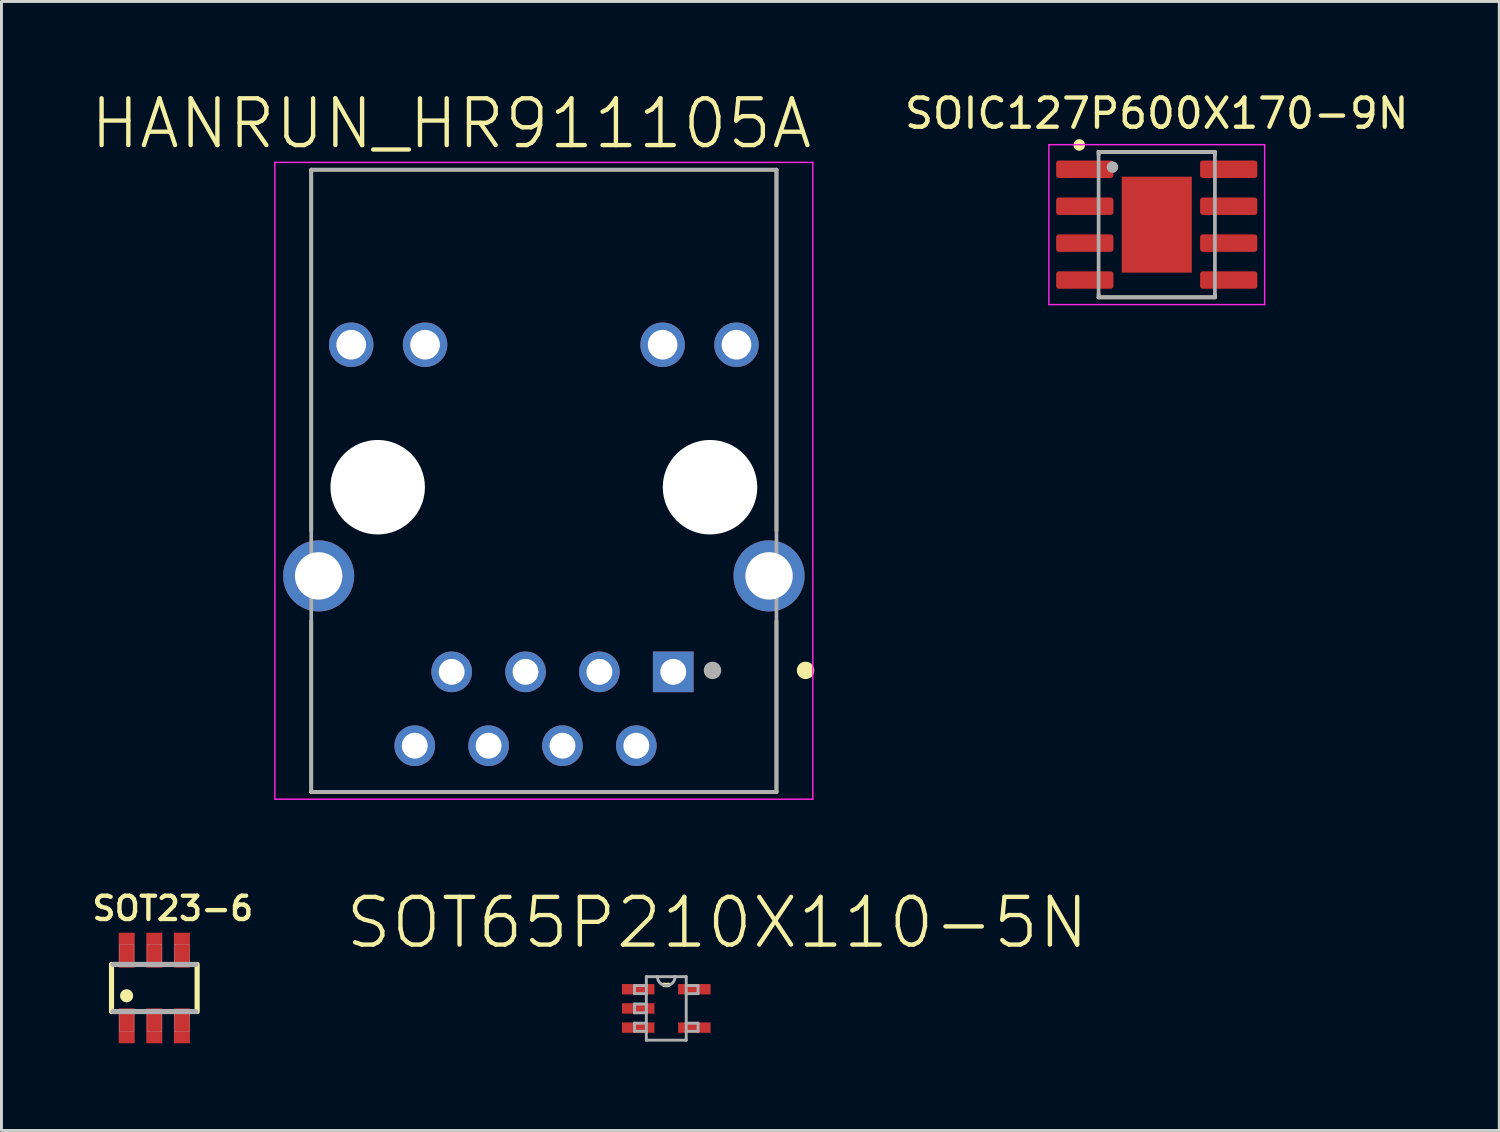
<source format=kicad_pcb>
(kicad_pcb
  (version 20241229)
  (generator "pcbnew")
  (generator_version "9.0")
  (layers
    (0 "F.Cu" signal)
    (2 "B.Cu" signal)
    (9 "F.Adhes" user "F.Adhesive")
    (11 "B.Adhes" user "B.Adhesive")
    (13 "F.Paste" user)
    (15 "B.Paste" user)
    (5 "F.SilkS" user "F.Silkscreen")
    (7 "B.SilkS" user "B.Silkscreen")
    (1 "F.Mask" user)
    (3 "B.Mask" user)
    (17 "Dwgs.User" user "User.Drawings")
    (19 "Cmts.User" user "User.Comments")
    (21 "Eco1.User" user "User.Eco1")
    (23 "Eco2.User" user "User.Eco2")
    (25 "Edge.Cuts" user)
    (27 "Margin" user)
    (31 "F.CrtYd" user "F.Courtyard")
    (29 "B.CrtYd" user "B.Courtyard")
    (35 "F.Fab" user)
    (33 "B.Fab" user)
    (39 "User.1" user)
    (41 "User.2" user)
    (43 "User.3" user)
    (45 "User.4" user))
  (footprint "HANRUN_HR911105A"
    (layer "F.Cu")
    (at 15.654 13.706)
    (property "Reference" "HANRUN_HR911105A" (at -3.188 -12.503 0) (layer "F.SilkS") (effects (font (size 1.608 1.608) (thickness 0.15))))
    (attr through_hole)
    (fp_line (start -8 -10.92) (end -8 1.5) (stroke (width 0.127) (type solid)) (layer "F.SilkS"))
    (fp_line (start -8 4.6) (end -8 10.48) (stroke (width 0.127) (type solid)) (layer "F.SilkS"))
    (fp_line (start 8 -10.92) (end -8 -10.92) (stroke (width 0.127) (type solid)) (layer "F.SilkS"))
    (fp_line (start 8 -10.92) (end 8 1.5) (stroke (width 0.127) (type solid)) (layer "F.SilkS"))
    (fp_line (start 8 4.6) (end 8 10.48) (stroke (width 0.127) (type solid)) (layer "F.SilkS"))
    (fp_line (start 8 10.48) (end -8 10.48) (stroke (width 0.127) (type solid)) (layer "F.SilkS"))
    (fp_circle (center 9 6.3) (end 9.15 6.3) (stroke (width 0.3) (type solid)) (fill no) (layer "F.SilkS"))
    (fp_line (start -9.25 -11.17) (end -9.25 10.73) (stroke (width 0.05) (type solid)) (layer "F.CrtYd"))
    (fp_line (start -9.25 10.73) (end 9.25 10.73) (stroke (width 0.05) (type solid)) (layer "F.CrtYd"))
    (fp_line (start 9.25 -11.17) (end -9.25 -11.17) (stroke (width 0.05) (type solid)) (layer "F.CrtYd"))
    (fp_line (start 9.25 10.73) (end 9.25 -11.17) (stroke (width 0.05) (type solid)) (layer "F.CrtYd"))
    (fp_line (start -8 -10.92) (end -8 10.48) (stroke (width 0.127) (type solid)) (layer "F.Fab"))
    (fp_line (start -8 10.48) (end 8 10.48) (stroke (width 0.127) (type solid)) (layer "F.Fab"))
    (fp_line (start 8 -10.92) (end -8 -10.92) (stroke (width 0.127) (type solid)) (layer "F.Fab"))
    (fp_line (start 8 10.48) (end 8 -10.92) (stroke (width 0.127) (type solid)) (layer "F.Fab"))
    (fp_circle (center 5.8 6.3) (end 5.95 6.3) (stroke (width 0.3) (type solid)) (fill no) (layer "F.Fab"))
    (pad "" np_thru_hole circle (at -5.715 0) (size 3.25 3.25) (drill 3.25) (layers "*.Cu" "*.Mask"))
    (pad "" np_thru_hole circle (at 5.715 0) (size 3.25 3.25) (drill 3.25) (layers "*.Cu" "*.Mask"))
    (pad "1" thru_hole rect (at 4.45 6.35) (size 1.398 1.398) (drill 0.89) (layers "*.Cu" "*.Mask"))
    (pad "2" thru_hole circle (at 3.18 8.89) (size 1.398 1.398) (drill 0.89) (layers "*.Cu" "*.Mask"))
    (pad "3" thru_hole circle (at 1.91 6.35) (size 1.398 1.398) (drill 0.89) (layers "*.Cu" "*.Mask"))
    (pad "4" thru_hole circle (at 0.64 8.89) (size 1.398 1.398) (drill 0.89) (layers "*.Cu" "*.Mask"))
    (pad "5" thru_hole circle (at -0.63 6.35) (size 1.398 1.398) (drill 0.89) (layers "*.Cu" "*.Mask"))
    (pad "6" thru_hole circle (at -1.9 8.89) (size 1.398 1.398) (drill 0.89) (layers "*.Cu" "*.Mask"))
    (pad "7" thru_hole circle (at -3.17 6.35) (size 1.398 1.398) (drill 0.89) (layers "*.Cu" "*.Mask"))
    (pad "8" thru_hole circle (at -4.44 8.89) (size 1.398 1.398) (drill 0.89) (layers "*.Cu" "*.Mask"))
    (pad "9" thru_hole circle (at 6.625 -4.9) (size 1.53 1.53) (drill 1.02) (layers "*.Cu" "*.Mask"))
    (pad "10" thru_hole circle (at 4.085 -4.9) (size 1.53 1.53) (drill 1.02) (layers "*.Cu" "*.Mask"))
    (pad "11" thru_hole circle (at -4.085 -4.9) (size 1.53 1.53) (drill 1.02) (layers "*.Cu" "*.Mask"))
    (pad "12" thru_hole circle (at -6.625 -4.9) (size 1.53 1.53) (drill 1.02) (layers "*.Cu" "*.Mask"))
    (pad "15" thru_hole circle (at 7.745 3.05) (size 2.445 2.445) (drill 1.63) (layers "*.Cu" "*.Mask"))
    (pad "16" thru_hole circle (at -7.745 3.05) (size 2.445 2.445) (drill 1.63) (layers "*.Cu" "*.Mask")))
  (footprint "SOT23-6"
    (layer "F.Cu")
    (at 2.257 30.929)
    (property "Reference" "SOT23-6" (at 0.636 -2.736 0) (layer "F.SilkS") (effects (font (size 0.802 0.802) (thickness 0.15))))
    (attr through_hole)
    (fp_line (start -1.472 0.81) (end -1.472 -0.81) (stroke (width 0.178) (type solid)) (layer "F.SilkS"))
    (fp_line (start 1.472 -0.81) (end 1.472 0.81) (stroke (width 0.178) (type solid)) (layer "F.SilkS"))
    (fp_circle (center -0.953 0.268) (end -0.728 0.268) (stroke (width 0) (type solid)) (fill yes) (layer "F.SilkS"))
    (fp_line (start -1.422 -0.81) (end 1.422 -0.81) (stroke (width 0.178) (type solid)) (layer "F.Fab"))
    (fp_line (start 1.422 0.81) (end -1.422 0.81) (stroke (width 0.178) (type solid)) (layer "F.Fab"))
    (fp_poly (pts (xy -1.202 0.85) (xy -0.7 0.85) (xy -0.7 1.502) (xy -1.202 1.502)) (stroke (width 0.01) (type solid)) (fill no) (layer "F.Fab"))
    (fp_poly (pts (xy -1.202 -1.5) (xy -0.7 -1.5) (xy -0.7 -0.851) (xy -1.202 -0.851)) (stroke (width 0.01) (type solid)) (fill no) (layer "F.Fab"))
    (fp_poly (pts (xy -0.25 -1.5) (xy 0.25 -1.5) (xy 0.25 -0.851) (xy -0.25 -0.851)) (stroke (width 0.01) (type solid)) (fill no) (layer "F.Fab"))
    (fp_poly (pts (xy -0.25 0.85) (xy 0.25 0.85) (xy 0.25 1.5) (xy -0.25 1.5)) (stroke (width 0.01) (type solid)) (fill no) (layer "F.Fab"))
    (fp_poly (pts (xy 0.7 -1.5) (xy 1.2 -1.5) (xy 1.2 -0.85) (xy 0.7 -0.85)) (stroke (width 0.01) (type solid)) (fill no) (layer "F.Fab"))
    (fp_poly (pts (xy 0.7 0.85) (xy 1.2 0.85) (xy 1.2 1.501) (xy 0.7 1.501)) (stroke (width 0.01) (type solid)) (fill no) (layer "F.Fab"))
    (pad "1" smd rect (at -0.95 1.3) (size 0.55 1.2) (layers "F.Cu" "F.Mask" "F.Paste"))
    (pad "2" smd rect (at 0 1.3) (size 0.55 1.2) (layers "F.Cu" "F.Mask" "F.Paste"))
    (pad "3" smd rect (at 0.95 1.3) (size 0.55 1.2) (layers "F.Cu" "F.Mask" "F.Paste"))
    (pad "4" smd rect (at 0.95 -1.3) (size 0.55 1.2) (layers "F.Cu" "F.Mask" "F.Paste"))
    (pad "5" smd rect (at 0 -1.3) (size 0.55 1.2) (layers "F.Cu" "F.Mask" "F.Paste"))
    (pad "6" smd rect (at -0.95 -1.3) (size 0.55 1.2) (layers "F.Cu" "F.Mask" "F.Paste")))
  (footprint "SOIC127P600X170-9N"
    (layer "F.Cu")
    (at 36.733 4.676)
    (property "Reference" "SOIC127P600X170-9N" (at 0.00002 -3.825 0) (layer "F.SilkS") (effects (font (size 1.004 1.004) (thickness 0.15))))
    (attr through_hole)
    (fp_line (start -2 -2.5) (end -2 -2.4) (stroke (width 0.127) (type solid)) (layer "F.SilkS"))
    (fp_line (start -2 -2.5) (end 2 -2.5) (stroke (width 0.127) (type solid)) (layer "F.SilkS"))
    (fp_line (start -2 2.4) (end -2 2.5) (stroke (width 0.127) (type solid)) (layer "F.SilkS"))
    (fp_line (start -2 2.5) (end 2 2.5) (stroke (width 0.127) (type solid)) (layer "F.SilkS"))
    (fp_line (start 2 -2.5) (end 2 -2.4) (stroke (width 0.127) (type solid)) (layer "F.SilkS"))
    (fp_line (start 2 2.4) (end 2 2.5) (stroke (width 0.127) (type solid)) (layer "F.SilkS"))
    (fp_circle (center -2.667 -2.74) (end -2.567 -2.74) (stroke (width 0.2) (type solid)) (fill no) (layer "F.SilkS"))
    (fp_poly (pts (xy -0.937 0.135) (xy -0.135 0.135) (xy -0.135 1.378) (xy -0.937 1.378)) (stroke (width 0.01) (type solid)) (fill yes) (layer "F.Paste"))
    (fp_poly (pts (xy -0.937 -1.375) (xy -0.135 -1.375) (xy -0.135 -0.135) (xy -0.937 -0.135)) (stroke (width 0.01) (type solid)) (fill yes) (layer "F.Paste"))
    (fp_poly (pts (xy 0.135 0.135) (xy 0.935 0.135) (xy 0.935 1.377) (xy 0.135 1.377)) (stroke (width 0.01) (type solid)) (fill yes) (layer "F.Paste"))
    (fp_poly (pts (xy 0.135 -1.375) (xy 0.935 -1.375) (xy 0.935 -0.135) (xy 0.135 -0.135)) (stroke (width 0.01) (type solid)) (fill yes) (layer "F.Paste"))
    (fp_line (start -3.71 -2.75) (end 3.71 -2.75) (stroke (width 0.05) (type solid)) (layer "F.CrtYd"))
    (fp_line (start -3.71 2.75) (end -3.71 -2.75) (stroke (width 0.05) (type solid)) (layer "F.CrtYd"))
    (fp_line (start 3.71 -2.75) (end 3.71 2.75) (stroke (width 0.05) (type solid)) (layer "F.CrtYd"))
    (fp_line (start 3.71 2.75) (end -3.71 2.75) (stroke (width 0.05) (type solid)) (layer "F.CrtYd"))
    (fp_line (start -2 -2.5) (end 2 -2.5) (stroke (width 0.127) (type solid)) (layer "F.Fab"))
    (fp_line (start -2 2.5) (end -2 -2.5) (stroke (width 0.127) (type solid)) (layer "F.Fab"))
    (fp_line (start 2 -2.5) (end 2 2.5) (stroke (width 0.127) (type solid)) (layer "F.Fab"))
    (fp_line (start 2 2.5) (end -2 2.5) (stroke (width 0.127) (type solid)) (layer "F.Fab"))
    (fp_circle (center -1.524 -1.978) (end -1.424 -1.978) (stroke (width 0.2) (type solid)) (fill no) (layer "F.Fab"))
    (pad "1" smd roundrect (at -2.475 -1.905) (size 1.97 0.6) (layers "F.Cu" "F.Mask" "F.Paste") (roundrect_rratio 0.16))
    (pad "2" smd roundrect (at -2.475 -0.635) (size 1.97 0.6) (layers "F.Cu" "F.Mask" "F.Paste") (roundrect_rratio 0.16))
    (pad "3" smd roundrect (at -2.475 0.635) (size 1.97 0.6) (layers "F.Cu" "F.Mask" "F.Paste") (roundrect_rratio 0.16))
    (pad "4" smd roundrect (at -2.475 1.905) (size 1.97 0.6) (layers "F.Cu" "F.Mask" "F.Paste") (roundrect_rratio 0.16))
    (pad "5" smd roundrect (at 2.475 1.905) (size 1.97 0.6) (layers "F.Cu" "F.Mask" "F.Paste") (roundrect_rratio 0.16))
    (pad "6" smd roundrect (at 2.475 0.635) (size 1.97 0.6) (layers "F.Cu" "F.Mask" "F.Paste") (roundrect_rratio 0.16))
    (pad "7" smd roundrect (at 2.475 -0.635) (size 1.97 0.6) (layers "F.Cu" "F.Mask" "F.Paste") (roundrect_rratio 0.16))
    (pad "8" smd roundrect (at 2.475 -1.905) (size 1.97 0.6) (layers "F.Cu" "F.Mask" "F.Paste") (roundrect_rratio 0.16))
    (pad "9" smd rect (at 0 0) (size 2.41 3.3) (layers "F.Cu" "F.Mask")))
  (footprint "SOT65P210X110-5N"
    (layer "F.Cu")
    (at 19.864 31.631)
    (property "Reference" "SOT65P210X110-5N" (at 1.753 -2.947 0) (layer "F.SilkS") (effects (font (size 1.64 1.64) (thickness 0.15))))
    (attr through_hole)
    (fp_arc (start 0.0762 -0.8128) (mid 0 -0.801752) (end -0.0762 -0.8128) (stroke (width 0.1524) (type solid)) (layer "F.SilkS"))
    (fp_line (start -1.092 -0.787) (end -1.092 -0.508) (stroke (width 0.1) (type solid)) (layer "F.Fab"))
    (fp_line (start -1.092 -0.508) (end -0.686 -0.508) (stroke (width 0.1) (type solid)) (layer "F.Fab"))
    (fp_line (start -1.092 -0.152) (end -1.092 0.152) (stroke (width 0.1) (type solid)) (layer "F.Fab"))
    (fp_line (start -1.092 0.152) (end -0.686 0.152) (stroke (width 0.1) (type solid)) (layer "F.Fab"))
    (fp_line (start -1.092 0.508) (end -1.092 0.787) (stroke (width 0.1) (type solid)) (layer "F.Fab"))
    (fp_line (start -1.092 0.787) (end -0.686 0.787) (stroke (width 0.1) (type solid)) (layer "F.Fab"))
    (fp_line (start -0.686 -1.092) (end -0.686 -0.787) (stroke (width 0.1) (type solid)) (layer "F.Fab"))
    (fp_line (start -0.686 -0.787) (end -1.092 -0.787) (stroke (width 0.1) (type solid)) (layer "F.Fab"))
    (fp_line (start -0.686 -0.787) (end -0.686 -0.508) (stroke (width 0.1) (type solid)) (layer "F.Fab"))
    (fp_line (start -0.686 -0.508) (end -0.686 -0.152) (stroke (width 0.1) (type solid)) (layer "F.Fab"))
    (fp_line (start -0.686 -0.152) (end -1.092 -0.152) (stroke (width 0.1) (type solid)) (layer "F.Fab"))
    (fp_line (start -0.686 -0.152) (end -0.686 0.152) (stroke (width 0.1) (type solid)) (layer "F.Fab"))
    (fp_line (start -0.686 0.152) (end -0.686 0.508) (stroke (width 0.1) (type solid)) (layer "F.Fab"))
    (fp_line (start -0.686 0.508) (end -1.092 0.508) (stroke (width 0.1) (type solid)) (layer "F.Fab"))
    (fp_line (start -0.686 0.508) (end -0.686 0.787) (stroke (width 0.1) (type solid)) (layer "F.Fab"))
    (fp_line (start -0.686 0.787) (end -0.686 1.092) (stroke (width 0.1) (type solid)) (layer "F.Fab"))
    (fp_line (start -0.686 1.092) (end 0.686 1.092) (stroke (width 0.1) (type solid)) (layer "F.Fab"))
    (fp_line (start -0.305 -1.092) (end -0.686 -1.092) (stroke (width 0.1) (type solid)) (layer "F.Fab"))
    (fp_line (start 0.305 -1.092) (end -0.305 -1.092) (stroke (width 0.1) (type solid)) (layer "F.Fab"))
    (fp_line (start 0.686 -1.092) (end 0.305 -1.092) (stroke (width 0.1) (type solid)) (layer "F.Fab"))
    (fp_line (start 0.686 -0.787) (end 0.686 -1.092) (stroke (width 0.1) (type solid)) (layer "F.Fab"))
    (fp_line (start 0.686 -0.508) (end 0.686 -0.787) (stroke (width 0.1) (type solid)) (layer "F.Fab"))
    (fp_line (start 0.686 -0.508) (end 1.092 -0.508) (stroke (width 0.1) (type solid)) (layer "F.Fab"))
    (fp_line (start 0.686 0.508) (end 0.686 -0.508) (stroke (width 0.1) (type solid)) (layer "F.Fab"))
    (fp_line (start 0.686 0.787) (end 0.686 0.508) (stroke (width 0.1) (type solid)) (layer "F.Fab"))
    (fp_line (start 0.686 0.787) (end 1.092 0.787) (stroke (width 0.1) (type solid)) (layer "F.Fab"))
    (fp_line (start 0.686 1.092) (end 0.686 0.787) (stroke (width 0.1) (type solid)) (layer "F.Fab"))
    (fp_line (start 1.092 -0.787) (end 0.686 -0.787) (stroke (width 0.1) (type solid)) (layer "F.Fab"))
    (fp_line (start 1.092 -0.508) (end 1.092 -0.787) (stroke (width 0.1) (type solid)) (layer "F.Fab"))
    (fp_line (start 1.092 0.508) (end 0.686 0.508) (stroke (width 0.1) (type solid)) (layer "F.Fab"))
    (fp_line (start 1.092 0.787) (end 1.092 0.508) (stroke (width 0.1) (type solid)) (layer "F.Fab"))
    (fp_arc (start 0.3048 -1.0922) (mid 0 -0.7874) (end -0.3048 -1.0922) (stroke (width 0.1) (type solid)) (layer "F.Fab"))
    (pad "1" smd rect (at -0.965 -0.66) (size 1.118 0.356) (layers "F.Cu" "F.Mask" "F.Paste"))
    (pad "2" smd rect (at -0.965 0) (size 1.118 0.356) (layers "F.Cu" "F.Mask" "F.Paste"))
    (pad "3" smd rect (at -0.965 0.66) (size 1.118 0.356) (layers "F.Cu" "F.Mask" "F.Paste"))
    (pad "4" smd rect (at 0.965 0.66) (size 1.118 0.356) (layers "F.Cu" "F.Mask" "F.Paste"))
    (pad "5" smd rect (at 0.965 -0.66) (size 1.118 0.356) (layers "F.Cu" "F.Mask" "F.Paste")))
  (gr_rect
    (start -3 -3)
    (end 48.512 35.829)
    (stroke (width 0.1) (type default))
    (fill no)
    (layer "Edge.Cuts")))
</source>
